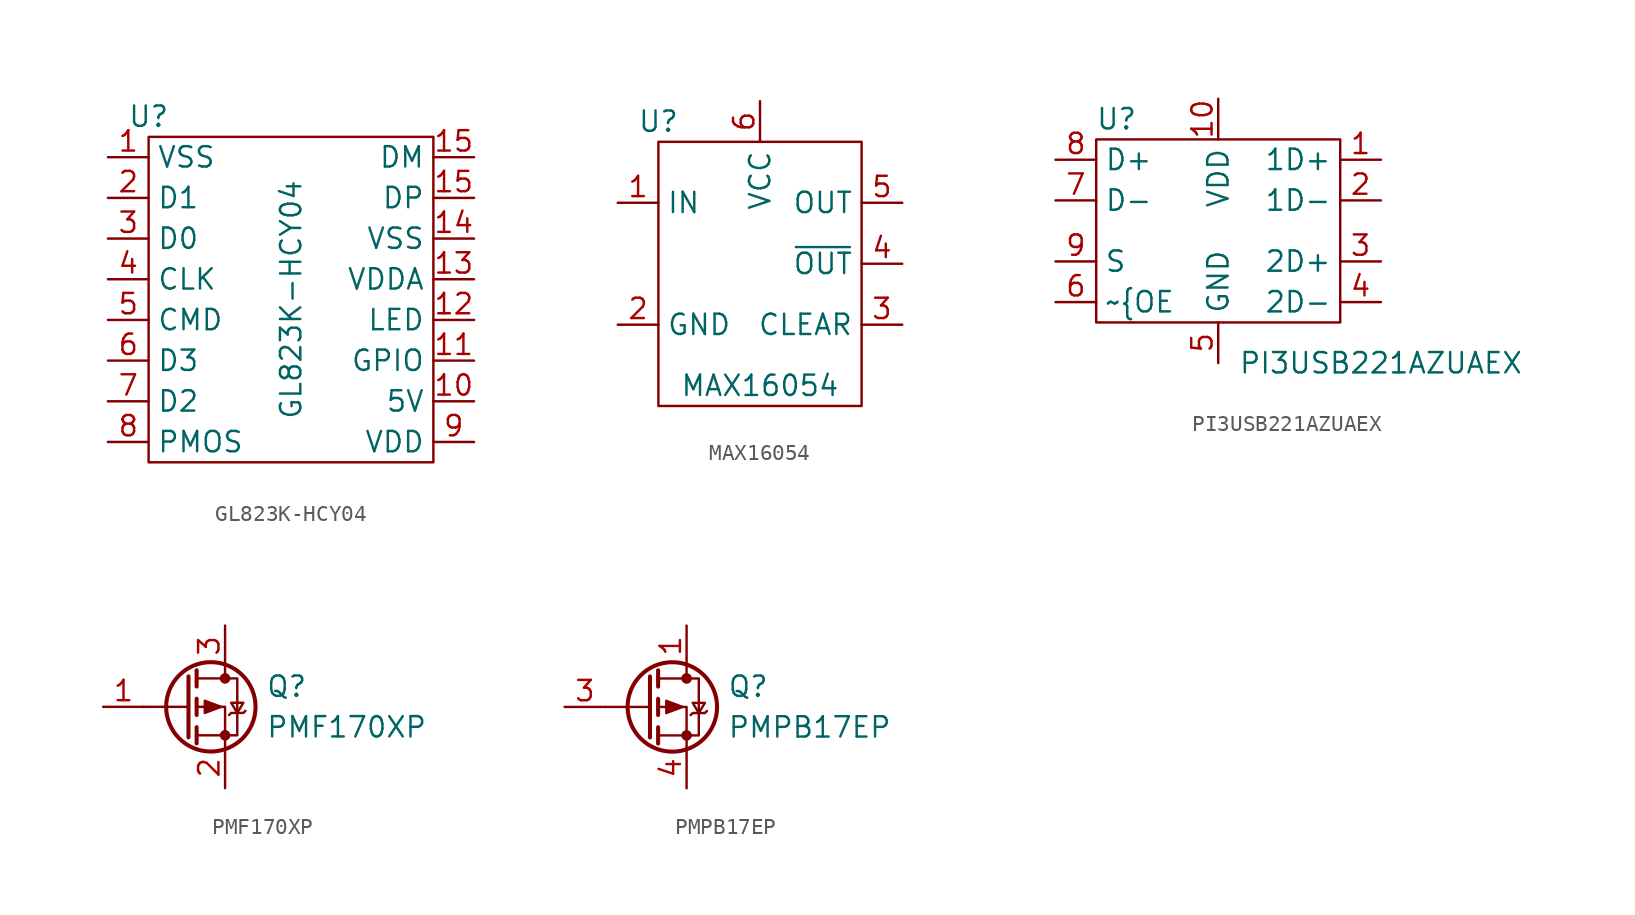
<source format=kicad_sym>
(kicad_symbol_lib
  (version 20211014)
  (generator kicad_symbol_editor)
  (symbol "GL823K-HCY04"
    (property "Reference" "U"
      (at -8.89 11.43 0)
      (effects (font (size 1.27 1.27))))
    (property "Value" "GL823K-HCY04"
      (at 0 0 90)
      (effects (font (size 1.27 1.27))))
    (symbol "GL823K-HCY04_0_1"
      (rectangle (start -8.89 10.16) (end 8.89 -10.16) (stroke (width 0) (type default) (color 0 0 0 0)) (fill (type none))))
    (symbol "GL823K-HCY04_1_1"
      (pin input line (at -11.43 8.89 0) (length 2.54) (name "VSS" (effects (font (size 1.27 1.27)))) (number "1" (effects (font (size 1.27 1.27)))))
      (pin input line (at 11.43 -6.35 180) (length 2.54) (name "5V" (effects (font (size 1.27 1.27)))) (number "10" (effects (font (size 1.27 1.27)))))
      (pin input line (at 11.43 -3.81 180) (length 2.54) (name "GPIO" (effects (font (size 1.27 1.27)))) (number "11" (effects (font (size 1.27 1.27)))))
      (pin input line (at 11.43 -1.27 180) (length 2.54) (name "LED" (effects (font (size 1.27 1.27)))) (number "12" (effects (font (size 1.27 1.27)))))
      (pin input line (at 11.43 1.27 180) (length 2.54) (name "VDDA" (effects (font (size 1.27 1.27)))) (number "13" (effects (font (size 1.27 1.27)))))
      (pin input line (at 11.43 3.81 180) (length 2.54) (name "VSS" (effects (font (size 1.27 1.27)))) (number "14" (effects (font (size 1.27 1.27)))))
      (pin input line (at 11.43 8.89 180) (length 2.54) (name "DM" (effects (font (size 1.27 1.27)))) (number "15" (effects (font (size 1.27 1.27)))))
      (pin input line (at 11.43 6.35 180) (length 2.54) (name "DP" (effects (font (size 1.27 1.27)))) (number "15" (effects (font (size 1.27 1.27)))))
      (pin input line (at -11.43 6.35 0) (length 2.54) (name "D1" (effects (font (size 1.27 1.27)))) (number "2" (effects (font (size 1.27 1.27)))))
      (pin input line (at -11.43 3.81 0) (length 2.54) (name "D0" (effects (font (size 1.27 1.27)))) (number "3" (effects (font (size 1.27 1.27)))))
      (pin input line (at -11.43 1.27 0) (length 2.54) (name "CLK" (effects (font (size 1.27 1.27)))) (number "4" (effects (font (size 1.27 1.27)))))
      (pin input line (at -11.43 -1.27 0) (length 2.54) (name "CMD" (effects (font (size 1.27 1.27)))) (number "5" (effects (font (size 1.27 1.27)))))
      (pin input line (at -11.43 -3.81 0) (length 2.54) (name "D3" (effects (font (size 1.27 1.27)))) (number "6" (effects (font (size 1.27 1.27)))))
      (pin input line (at -11.43 -6.35 0) (length 2.54) (name "D2" (effects (font (size 1.27 1.27)))) (number "7" (effects (font (size 1.27 1.27)))))
      (pin input line (at -11.43 -8.89 0) (length 2.54) (name "PMOS" (effects (font (size 1.27 1.27)))) (number "8" (effects (font (size 1.27 1.27)))))
      (pin input line (at 11.43 -8.89 180) (length 2.54) (name "VDD" (effects (font (size 1.27 1.27)))) (number "9" (effects (font (size 1.27 1.27)))))))
  (symbol "MAX16054"
    (property "Reference" "U"
      (at -5.08 3.81 0)
      (effects (font (size 1.27 1.27))))
    (property "Value" "MAX16054"
      (at 1.27 -12.7 0)
      (effects (font (size 1.27 1.27))))
    (symbol "MAX16054_0_1"
      (rectangle (start -5.08 2.54) (end 7.62 -13.97) (stroke (width 0) (type default) (color 0 0 0 0)) (fill (type none))))
    (symbol "MAX16054_1_1"
      (pin input line (at -7.62 -1.27 0) (length 2.54) (name "IN" (effects (font (size 1.27 1.27)))) (number "1" (effects (font (size 1.27 1.27)))))
      (pin input line (at -7.62 -8.89 0) (length 2.54) (name "GND" (effects (font (size 1.27 1.27)))) (number "2" (effects (font (size 1.27 1.27)))))
      (pin input line (at 10.16 -8.89 180) (length 2.54) (name "CLEAR" (effects (font (size 1.27 1.27)))) (number "3" (effects (font (size 1.27 1.27)))))
      (pin input line (at 10.16 -5.08 180) (length 2.54) (name "~{OUT}" (effects (font (size 1.27 1.27)))) (number "4" (effects (font (size 1.27 1.27)))))
      (pin input line (at 10.16 -1.27 180) (length 2.54) (name "OUT" (effects (font (size 1.27 1.27)))) (number "5" (effects (font (size 1.27 1.27)))))
      (pin input line (at 1.27 5.08 270) (length 2.54) (name "VCC" (effects (font (size 1.27 1.27)))) (number "6" (effects (font (size 1.27 1.27)))))))
  (symbol "PI3USB221AZUAEX"
    (property "Reference" "U"
      (at 1.27 6.35 0)
      (effects (font (size 1.27 1.27))))
    (property "Value" "PI3USB221AZUAEX"
      (at 17.78 -8.89 0)
      (effects (font (size 1.27 1.27))))
    (symbol "PI3USB221AZUAEX_0_1"
      (rectangle (start 0 5.08) (end 15.24 -6.35) (stroke (width 0) (type default) (color 0 0 0 0)) (fill (type none))))
    (symbol "PI3USB221AZUAEX_1_1"
      (pin input line (at 17.78 3.81 180) (length 2.54) (name "1D+" (effects (font (size 1.27 1.27)))) (number "1" (effects (font (size 1.27 1.27)))))
      (pin input line (at 7.62 7.62 270) (length 2.54) (name "VDD" (effects (font (size 1.27 1.27)))) (number "10" (effects (font (size 1.27 1.27)))))
      (pin input line (at 17.78 1.27 180) (length 2.54) (name "1D-" (effects (font (size 1.27 1.27)))) (number "2" (effects (font (size 1.27 1.27)))))
      (pin input line (at 17.78 -2.54 180) (length 2.54) (name "2D+" (effects (font (size 1.27 1.27)))) (number "3" (effects (font (size 1.27 1.27)))))
      (pin input line (at 17.78 -5.08 180) (length 2.54) (name "2D-" (effects (font (size 1.27 1.27)))) (number "4" (effects (font (size 1.27 1.27)))))
      (pin input line (at 7.62 -8.89 90) (length 2.54) (name "GND" (effects (font (size 1.27 1.27)))) (number "5" (effects (font (size 1.27 1.27)))))
      (pin input line (at -2.54 -5.08 0) (length 2.54) (name "~{OE" (effects (font (size 1.27 1.27)))) (number "6" (effects (font (size 1.27 1.27)))))
      (pin input line (at -2.54 1.27 0) (length 2.54) (name "D-" (effects (font (size 1.27 1.27)))) (number "7" (effects (font (size 1.27 1.27)))))
      (pin input line (at -2.54 3.81 0) (length 2.54) (name "D+" (effects (font (size 1.27 1.27)))) (number "8" (effects (font (size 1.27 1.27)))))
      (pin input line (at -2.54 -2.54 0) (length 2.54) (name "S" (effects (font (size 1.27 1.27)))) (number "9" (effects (font (size 1.27 1.27)))))))
  (symbol "PMF170XP"
    (pin_names
      (offset 0) hide)
    (property "Reference" "Q"
      (at 5.08 1.27 0)
      (effects (font (size 1.27 1.27)) (justify left)))
    (property "Value" "PMF170XP"
      (at 5.08 -1.27 0)
      (effects (font (size 1.27 1.27)) (justify left)))
    (symbol "PMF170XP_0_1"
      (polyline (pts (xy 0.254 0) (xy -2.54 0)) (stroke (width 0) (type default) (color 0 0 0 0)) (fill (type none)))
      (polyline (pts (xy 0.254 1.905) (xy 0.254 -1.905)) (stroke (width 0.254) (type default) (color 0 0 0 0)) (fill (type none)))
      (polyline (pts (xy 0.762 -1.27) (xy 0.762 -2.286)) (stroke (width 0.254) (type default) (color 0 0 0 0)) (fill (type none)))
      (polyline (pts (xy 0.762 0.508) (xy 0.762 -0.508)) (stroke (width 0.254) (type default) (color 0 0 0 0)) (fill (type none)))
      (polyline (pts (xy 0.762 2.286) (xy 0.762 1.27)) (stroke (width 0.254) (type default) (color 0 0 0 0)) (fill (type none)))
      (polyline (pts (xy 2.54 2.54) (xy 2.54 1.778)) (stroke (width 0) (type default) (color 0 0 0 0)) (fill (type none)))
      (polyline (pts (xy 2.54 -2.54) (xy 2.54 0) (xy 0.762 0)) (stroke (width 0) (type default) (color 0 0 0 0)) (fill (type none)))
      (polyline (pts (xy 0.762 1.778) (xy 3.302 1.778) (xy 3.302 -1.778) (xy 0.762 -1.778)) (stroke (width 0) (type default) (color 0 0 0 0)) (fill (type none)))
      (polyline (pts (xy 2.286 0) (xy 1.27 0.381) (xy 1.27 -0.381) (xy 2.286 0)) (stroke (width 0) (type default) (color 0 0 0 0)) (fill (type outline)))
      (polyline (pts (xy 2.794 -0.508) (xy 2.921 -0.381) (xy 3.683 -0.381) (xy 3.81 -0.254)) (stroke (width 0) (type default) (color 0 0 0 0)) (fill (type none)))
      (polyline (pts (xy 3.302 -0.381) (xy 2.921 0.254) (xy 3.683 0.254) (xy 3.302 -0.381)) (stroke (width 0) (type default) (color 0 0 0 0)) (fill (type none)))
      (circle (center 1.651 0) (radius 2.794) (stroke (width 0.254) (type default) (color 0 0 0 0)) (fill (type none)))
      (circle (center 2.54 -1.778) (radius 0.254) (stroke (width 0) (type default) (color 0 0 0 0)) (fill (type outline)))
      (circle (center 2.54 1.778) (radius 0.254) (stroke (width 0) (type default) (color 0 0 0 0)) (fill (type outline))))
    (symbol "PMF170XP_1_1"
      (pin input line (at -5.08 0 0) (length 2.54) (name "G" (effects (font (size 1.27 1.27)))) (number "1" (effects (font (size 1.27 1.27)))))
      (pin passive line (at 2.54 -5.08 90) (length 2.54) (name "S" (effects (font (size 1.27 1.27)))) (number "2" (effects (font (size 1.27 1.27)))))
      (pin passive line (at 2.54 5.08 270) (length 2.54) (name "D" (effects (font (size 1.27 1.27)))) (number "3" (effects (font (size 1.27 1.27)))))))
  (symbol "PMPB17EP"
    (pin_names
      (offset 0) hide)
    (property "Reference" "Q"
      (at 5.08 1.27 0)
      (effects (font (size 1.27 1.27)) (justify left)))
    (property "Value" "PMPB17EP"
      (at 5.08 -1.27 0)
      (effects (font (size 1.27 1.27)) (justify left)))
    (symbol "PMPB17EP_0_1"
      (polyline (pts (xy 0.254 0) (xy -2.54 0)) (stroke (width 0) (type default) (color 0 0 0 0)) (fill (type none)))
      (polyline (pts (xy 0.254 1.905) (xy 0.254 -1.905)) (stroke (width 0.254) (type default) (color 0 0 0 0)) (fill (type none)))
      (polyline (pts (xy 0.762 -1.27) (xy 0.762 -2.286)) (stroke (width 0.254) (type default) (color 0 0 0 0)) (fill (type none)))
      (polyline (pts (xy 0.762 0.508) (xy 0.762 -0.508)) (stroke (width 0.254) (type default) (color 0 0 0 0)) (fill (type none)))
      (polyline (pts (xy 0.762 2.286) (xy 0.762 1.27)) (stroke (width 0.254) (type default) (color 0 0 0 0)) (fill (type none)))
      (polyline (pts (xy 2.54 2.54) (xy 2.54 1.778)) (stroke (width 0) (type default) (color 0 0 0 0)) (fill (type none)))
      (polyline (pts (xy 2.54 -2.54) (xy 2.54 0) (xy 0.762 0)) (stroke (width 0) (type default) (color 0 0 0 0)) (fill (type none)))
      (polyline (pts (xy 0.762 1.778) (xy 3.302 1.778) (xy 3.302 -1.778) (xy 0.762 -1.778)) (stroke (width 0) (type default) (color 0 0 0 0)) (fill (type none)))
      (polyline (pts (xy 2.286 0) (xy 1.27 0.381) (xy 1.27 -0.381) (xy 2.286 0)) (stroke (width 0) (type default) (color 0 0 0 0)) (fill (type outline)))
      (polyline (pts (xy 2.794 -0.508) (xy 2.921 -0.381) (xy 3.683 -0.381) (xy 3.81 -0.254)) (stroke (width 0) (type default) (color 0 0 0 0)) (fill (type none)))
      (polyline (pts (xy 3.302 -0.381) (xy 2.921 0.254) (xy 3.683 0.254) (xy 3.302 -0.381)) (stroke (width 0) (type default) (color 0 0 0 0)) (fill (type none)))
      (circle (center 1.651 0) (radius 2.794) (stroke (width 0.254) (type default) (color 0 0 0 0)) (fill (type none)))
      (circle (center 2.54 -1.778) (radius 0.254) (stroke (width 0) (type default) (color 0 0 0 0)) (fill (type outline)))
      (circle (center 2.54 1.778) (radius 0.254) (stroke (width 0) (type default) (color 0 0 0 0)) (fill (type outline))))
    (symbol "PMPB17EP_1_1"
      (pin passive line (at 2.54 5.08 270) (length 2.54) (name "D" (effects (font (size 1.27 1.27)))) (number "1" (effects (font (size 1.27 1.27)))))
      (pin passive line (at 2.54 5.08 270) (length 2.54) hide (name "D" (effects (font (size 1.27 1.27)))) (number "2" (effects (font (size 1.27 1.27)))))
      (pin input line (at -5.08 0 0) (length 2.54) (name "G" (effects (font (size 1.27 1.27)))) (number "3" (effects (font (size 1.27 1.27)))))
      (pin passive line (at 2.54 -5.08 90) (length 2.54) (name "S" (effects (font (size 1.27 1.27)))) (number "4" (effects (font (size 1.27 1.27)))))
      (pin passive line (at 2.54 5.08 270) (length 2.54) hide (name "D" (effects (font (size 1.27 1.27)))) (number "5" (effects (font (size 1.27 1.27)))))
      (pin passive line (at 2.54 5.08 270) (length 2.54) hide (name "D" (effects (font (size 1.27 1.27)))) (number "6" (effects (font (size 1.27 1.27)))))
      (pin passive line (at 2.54 5.08 270) (length 2.54) hide (name "D" (effects (font (size 1.27 1.27)))) (number "7" (effects (font (size 1.27 1.27)))))
      (pin passive line (at 2.54 -5.08 90) (length 2.54) hide (name "S" (effects (font (size 1.27 1.27)))) (number "8" (effects (font (size 1.27 1.27))))))))
</source>
